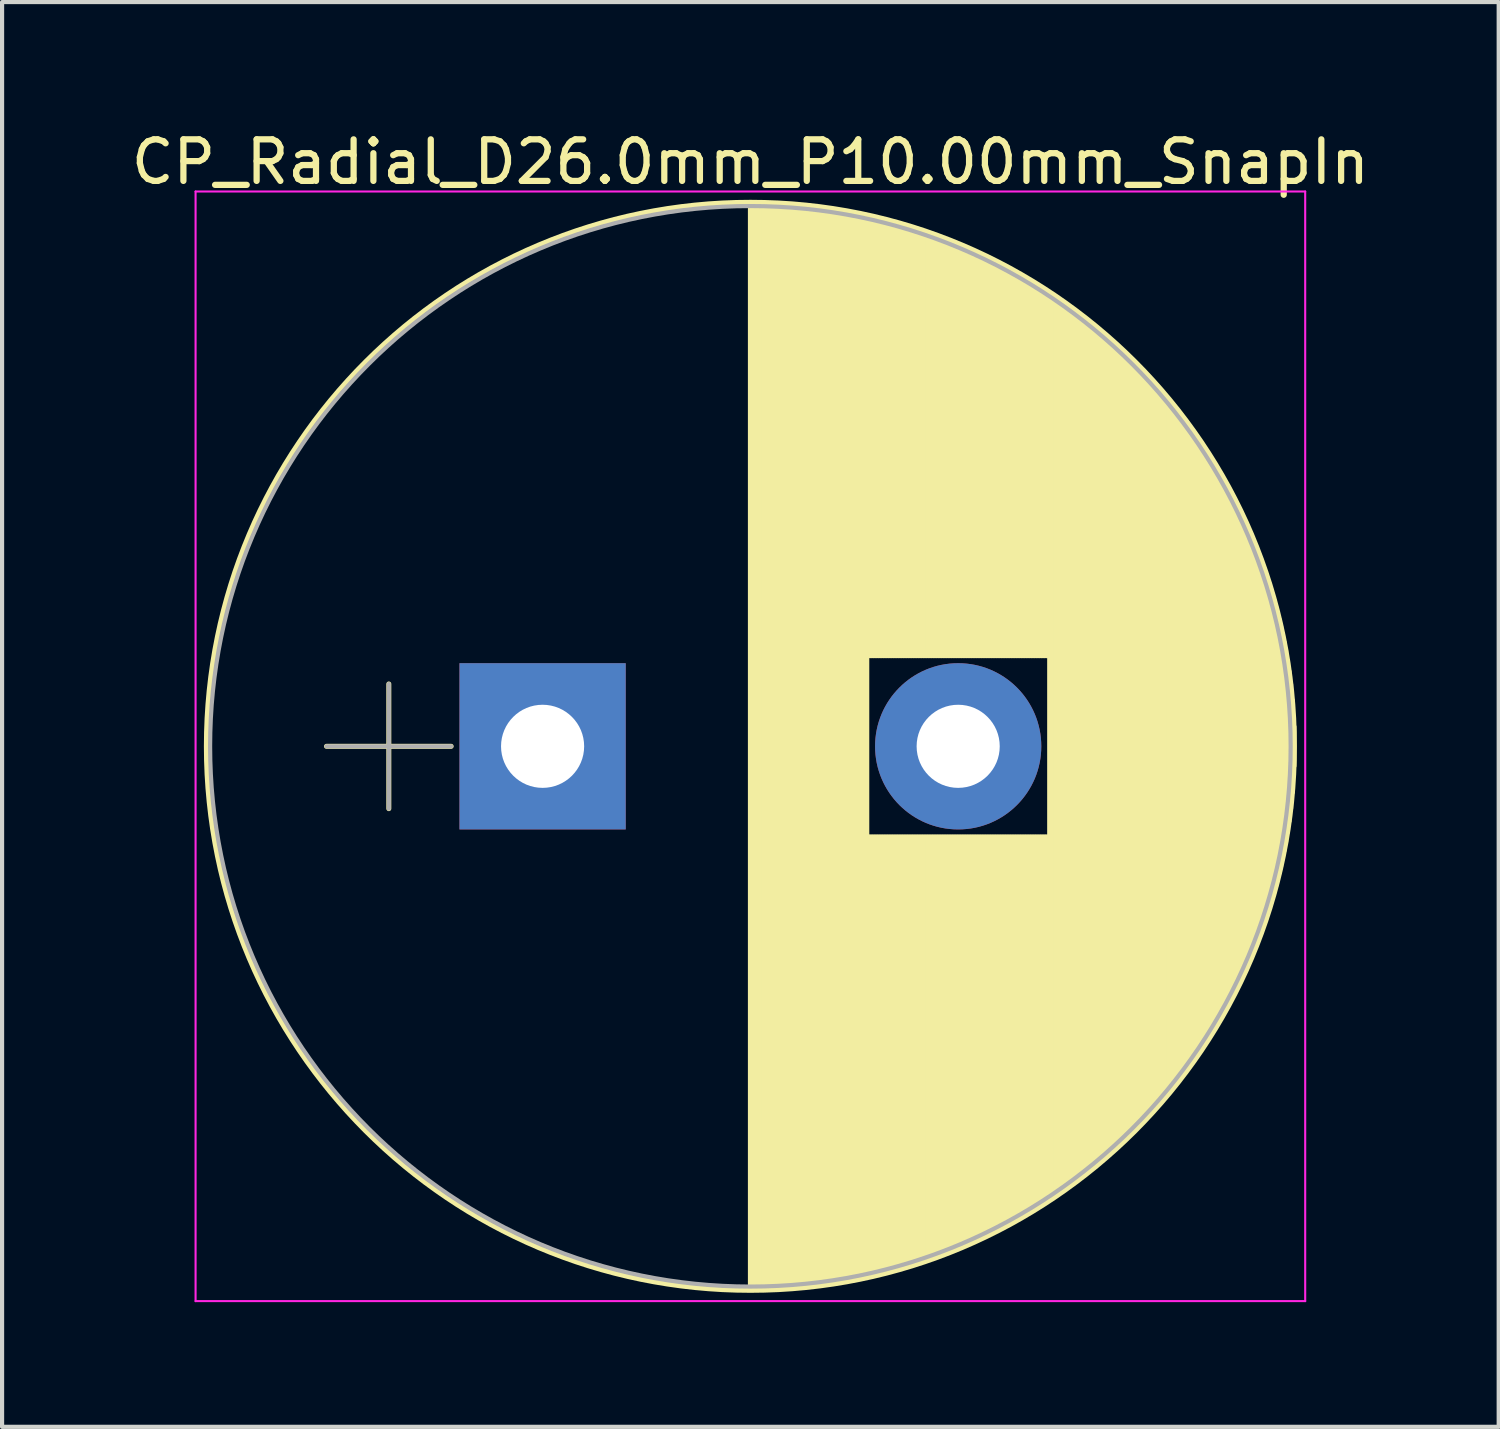
<source format=kicad_pcb>
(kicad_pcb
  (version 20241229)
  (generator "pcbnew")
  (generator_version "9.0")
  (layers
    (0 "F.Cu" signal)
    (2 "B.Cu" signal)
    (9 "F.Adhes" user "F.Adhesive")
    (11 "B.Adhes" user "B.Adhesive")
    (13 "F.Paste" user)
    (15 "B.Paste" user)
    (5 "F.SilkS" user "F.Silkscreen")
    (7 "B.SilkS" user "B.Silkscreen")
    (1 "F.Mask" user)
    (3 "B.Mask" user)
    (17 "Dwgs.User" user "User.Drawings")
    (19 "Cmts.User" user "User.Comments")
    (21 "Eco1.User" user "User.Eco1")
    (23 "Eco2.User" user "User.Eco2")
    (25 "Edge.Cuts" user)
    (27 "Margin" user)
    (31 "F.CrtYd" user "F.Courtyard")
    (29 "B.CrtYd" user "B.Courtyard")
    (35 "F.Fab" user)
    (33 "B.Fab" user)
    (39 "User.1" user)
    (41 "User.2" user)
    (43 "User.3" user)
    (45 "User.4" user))
  (footprint "CP_Radial_D26.0mm_P10.00mm_SnapIn"
    (layer "F.Cu")
    (at 10.006 14.908)
    (property "Reference" "CP_Radial_D26.0mm_P10.00mm_SnapIn" (at 5 -14.06 0) (layer "F.SilkS") (effects (font (size 1 1) (thickness 0.15))))
    (attr through_hole)
    (fp_line (start -5.2 0) (end -2.2 0) (stroke (width 0.12) (type solid)) (layer "F.SilkS"))
    (fp_line (start -3.7 -1.5) (end -3.7 1.5) (stroke (width 0.12) (type solid)) (layer "F.SilkS"))
    (fp_line (start 5 -13.05) (end 5 13.05) (stroke (width 0.12) (type solid)) (layer "F.SilkS"))
    (fp_line (start 5.04 -13.05) (end 5.04 13.05) (stroke (width 0.12) (type solid)) (layer "F.SilkS"))
    (fp_line (start 5.08 -13.05) (end 5.08 13.05) (stroke (width 0.12) (type solid)) (layer "F.SilkS"))
    (fp_line (start 5.12 -13.05) (end 5.12 13.05) (stroke (width 0.12) (type solid)) (layer "F.SilkS"))
    (fp_line (start 5.16 -13.05) (end 5.16 13.05) (stroke (width 0.12) (type solid)) (layer "F.SilkS"))
    (fp_line (start 5.2 -13.049) (end 5.2 13.049) (stroke (width 0.12) (type solid)) (layer "F.SilkS"))
    (fp_line (start 5.24 -13.048) (end 5.24 13.048) (stroke (width 0.12) (type solid)) (layer "F.SilkS"))
    (fp_line (start 5.28 -13.048) (end 5.28 13.048) (stroke (width 0.12) (type solid)) (layer "F.SilkS"))
    (fp_line (start 5.32 -13.047) (end 5.32 13.047) (stroke (width 0.12) (type solid)) (layer "F.SilkS"))
    (fp_line (start 5.36 -13.046) (end 5.36 13.046) (stroke (width 0.12) (type solid)) (layer "F.SilkS"))
    (fp_line (start 5.4 -13.044) (end 5.4 13.044) (stroke (width 0.12) (type solid)) (layer "F.SilkS"))
    (fp_line (start 5.44 -13.043) (end 5.44 13.043) (stroke (width 0.12) (type solid)) (layer "F.SilkS"))
    (fp_line (start 5.48 -13.042) (end 5.48 13.042) (stroke (width 0.12) (type solid)) (layer "F.SilkS"))
    (fp_line (start 5.52 -13.04) (end 5.52 13.04) (stroke (width 0.12) (type solid)) (layer "F.SilkS"))
    (fp_line (start 5.56 -13.039) (end 5.56 13.039) (stroke (width 0.12) (type solid)) (layer "F.SilkS"))
    (fp_line (start 5.6 -13.037) (end 5.6 13.037) (stroke (width 0.12) (type solid)) (layer "F.SilkS"))
    (fp_line (start 5.64 -13.035) (end 5.64 13.035) (stroke (width 0.12) (type solid)) (layer "F.SilkS"))
    (fp_line (start 5.68 -13.033) (end 5.68 13.033) (stroke (width 0.12) (type solid)) (layer "F.SilkS"))
    (fp_line (start 5.721 -13.031) (end 5.721 13.031) (stroke (width 0.12) (type solid)) (layer "F.SilkS"))
    (fp_line (start 5.761 -13.028) (end 5.761 13.028) (stroke (width 0.12) (type solid)) (layer "F.SilkS"))
    (fp_line (start 5.801 -13.026) (end 5.801 13.026) (stroke (width 0.12) (type solid)) (layer "F.SilkS"))
    (fp_line (start 5.841 -13.024) (end 5.841 13.024) (stroke (width 0.12) (type solid)) (layer "F.SilkS"))
    (fp_line (start 5.881 -13.021) (end 5.881 13.021) (stroke (width 0.12) (type solid)) (layer "F.SilkS"))
    (fp_line (start 5.921 -13.018) (end 5.921 13.018) (stroke (width 0.12) (type solid)) (layer "F.SilkS"))
    (fp_line (start 5.961 -13.015) (end 5.961 13.015) (stroke (width 0.12) (type solid)) (layer "F.SilkS"))
    (fp_line (start 6.001 -13.012) (end 6.001 13.012) (stroke (width 0.12) (type solid)) (layer "F.SilkS"))
    (fp_line (start 6.041 -13.009) (end 6.041 13.009) (stroke (width 0.12) (type solid)) (layer "F.SilkS"))
    (fp_line (start 6.081 -13.006) (end 6.081 13.006) (stroke (width 0.12) (type solid)) (layer "F.SilkS"))
    (fp_line (start 6.121 -13.002) (end 6.121 13.002) (stroke (width 0.12) (type solid)) (layer "F.SilkS"))
    (fp_line (start 6.161 -12.999) (end 6.161 12.999) (stroke (width 0.12) (type solid)) (layer "F.SilkS"))
    (fp_line (start 6.201 -12.995) (end 6.201 12.995) (stroke (width 0.12) (type solid)) (layer "F.SilkS"))
    (fp_line (start 6.241 -12.992) (end 6.241 12.992) (stroke (width 0.12) (type solid)) (layer "F.SilkS"))
    (fp_line (start 6.281 -12.988) (end 6.281 12.988) (stroke (width 0.12) (type solid)) (layer "F.SilkS"))
    (fp_line (start 6.321 -12.984) (end 6.321 12.984) (stroke (width 0.12) (type solid)) (layer "F.SilkS"))
    (fp_line (start 6.361 -12.98) (end 6.361 12.98) (stroke (width 0.12) (type solid)) (layer "F.SilkS"))
    (fp_line (start 6.401 -12.975) (end 6.401 12.975) (stroke (width 0.12) (type solid)) (layer "F.SilkS"))
    (fp_line (start 6.441 -12.971) (end 6.441 12.971) (stroke (width 0.12) (type solid)) (layer "F.SilkS"))
    (fp_line (start 6.481 -12.967) (end 6.481 12.967) (stroke (width 0.12) (type solid)) (layer "F.SilkS"))
    (fp_line (start 6.521 -12.962) (end 6.521 12.962) (stroke (width 0.12) (type solid)) (layer "F.SilkS"))
    (fp_line (start 6.561 -12.957) (end 6.561 12.957) (stroke (width 0.12) (type solid)) (layer "F.SilkS"))
    (fp_line (start 6.601 -12.952) (end 6.601 12.952) (stroke (width 0.12) (type solid)) (layer "F.SilkS"))
    (fp_line (start 6.641 -12.947) (end 6.641 12.947) (stroke (width 0.12) (type solid)) (layer "F.SilkS"))
    (fp_line (start 6.681 -12.942) (end 6.681 12.942) (stroke (width 0.12) (type solid)) (layer "F.SilkS"))
    (fp_line (start 6.721 -12.937) (end 6.721 12.937) (stroke (width 0.12) (type solid)) (layer "F.SilkS"))
    (fp_line (start 6.761 -12.932) (end 6.761 12.932) (stroke (width 0.12) (type solid)) (layer "F.SilkS"))
    (fp_line (start 6.801 -12.926) (end 6.801 12.926) (stroke (width 0.12) (type solid)) (layer "F.SilkS"))
    (fp_line (start 6.841 -12.921) (end 6.841 12.921) (stroke (width 0.12) (type solid)) (layer "F.SilkS"))
    (fp_line (start 6.881 -12.915) (end 6.881 12.915) (stroke (width 0.12) (type solid)) (layer "F.SilkS"))
    (fp_line (start 6.921 -12.909) (end 6.921 12.909) (stroke (width 0.12) (type solid)) (layer "F.SilkS"))
    (fp_line (start 6.961 -12.903) (end 6.961 12.903) (stroke (width 0.12) (type solid)) (layer "F.SilkS"))
    (fp_line (start 7.001 -12.897) (end 7.001 12.897) (stroke (width 0.12) (type solid)) (layer "F.SilkS"))
    (fp_line (start 7.041 -12.891) (end 7.041 12.891) (stroke (width 0.12) (type solid)) (layer "F.SilkS"))
    (fp_line (start 7.081 -12.884) (end 7.081 12.884) (stroke (width 0.12) (type solid)) (layer "F.SilkS"))
    (fp_line (start 7.121 -12.878) (end 7.121 12.878) (stroke (width 0.12) (type solid)) (layer "F.SilkS"))
    (fp_line (start 7.161 -12.871) (end 7.161 12.871) (stroke (width 0.12) (type solid)) (layer "F.SilkS"))
    (fp_line (start 7.201 -12.864) (end 7.201 12.864) (stroke (width 0.12) (type solid)) (layer "F.SilkS"))
    (fp_line (start 7.241 -12.857) (end 7.241 12.857) (stroke (width 0.12) (type solid)) (layer "F.SilkS"))
    (fp_line (start 7.281 -12.85) (end 7.281 12.85) (stroke (width 0.12) (type solid)) (layer "F.SilkS"))
    (fp_line (start 7.321 -12.843) (end 7.321 12.843) (stroke (width 0.12) (type solid)) (layer "F.SilkS"))
    (fp_line (start 7.361 -12.836) (end 7.361 12.836) (stroke (width 0.12) (type solid)) (layer "F.SilkS"))
    (fp_line (start 7.401 -12.829) (end 7.401 12.829) (stroke (width 0.12) (type solid)) (layer "F.SilkS"))
    (fp_line (start 7.441 -12.821) (end 7.441 12.821) (stroke (width 0.12) (type solid)) (layer "F.SilkS"))
    (fp_line (start 7.481 -12.813) (end 7.481 12.813) (stroke (width 0.12) (type solid)) (layer "F.SilkS"))
    (fp_line (start 7.521 -12.806) (end 7.521 12.806) (stroke (width 0.12) (type solid)) (layer "F.SilkS"))
    (fp_line (start 7.561 -12.798) (end 7.561 12.798) (stroke (width 0.12) (type solid)) (layer "F.SilkS"))
    (fp_line (start 7.601 -12.79) (end 7.601 12.79) (stroke (width 0.12) (type solid)) (layer "F.SilkS"))
    (fp_line (start 7.641 -12.782) (end 7.641 12.782) (stroke (width 0.12) (type solid)) (layer "F.SilkS"))
    (fp_line (start 7.681 -12.773) (end 7.681 12.773) (stroke (width 0.12) (type solid)) (layer "F.SilkS"))
    (fp_line (start 7.721 -12.765) (end 7.721 12.765) (stroke (width 0.12) (type solid)) (layer "F.SilkS"))
    (fp_line (start 7.761 -12.756) (end 7.761 12.756) (stroke (width 0.12) (type solid)) (layer "F.SilkS"))
    (fp_line (start 7.801 -12.748) (end 7.801 12.748) (stroke (width 0.12) (type solid)) (layer "F.SilkS"))
    (fp_line (start 7.841 -12.739) (end 7.841 -2.18) (stroke (width 0.12) (type solid)) (layer "F.SilkS"))
    (fp_line (start 7.841 2.18) (end 7.841 12.739) (stroke (width 0.12) (type solid)) (layer "F.SilkS"))
    (fp_line (start 7.881 -12.73) (end 7.881 -2.18) (stroke (width 0.12) (type solid)) (layer "F.SilkS"))
    (fp_line (start 7.881 2.18) (end 7.881 12.73) (stroke (width 0.12) (type solid)) (layer "F.SilkS"))
    (fp_line (start 7.921 -12.721) (end 7.921 -2.18) (stroke (width 0.12) (type solid)) (layer "F.SilkS"))
    (fp_line (start 7.921 2.18) (end 7.921 12.721) (stroke (width 0.12) (type solid)) (layer "F.SilkS"))
    (fp_line (start 7.961 -12.711) (end 7.961 -2.18) (stroke (width 0.12) (type solid)) (layer "F.SilkS"))
    (fp_line (start 7.961 2.18) (end 7.961 12.711) (stroke (width 0.12) (type solid)) (layer "F.SilkS"))
    (fp_line (start 8.001 -12.702) (end 8.001 -2.18) (stroke (width 0.12) (type solid)) (layer "F.SilkS"))
    (fp_line (start 8.001 2.18) (end 8.001 12.702) (stroke (width 0.12) (type solid)) (layer "F.SilkS"))
    (fp_line (start 8.041 -12.693) (end 8.041 -2.18) (stroke (width 0.12) (type solid)) (layer "F.SilkS"))
    (fp_line (start 8.041 2.18) (end 8.041 12.693) (stroke (width 0.12) (type solid)) (layer "F.SilkS"))
    (fp_line (start 8.081 -12.683) (end 8.081 -2.18) (stroke (width 0.12) (type solid)) (layer "F.SilkS"))
    (fp_line (start 8.081 2.18) (end 8.081 12.683) (stroke (width 0.12) (type solid)) (layer "F.SilkS"))
    (fp_line (start 8.121 -12.673) (end 8.121 -2.18) (stroke (width 0.12) (type solid)) (layer "F.SilkS"))
    (fp_line (start 8.121 2.18) (end 8.121 12.673) (stroke (width 0.12) (type solid)) (layer "F.SilkS"))
    (fp_line (start 8.161 -12.663) (end 8.161 -2.18) (stroke (width 0.12) (type solid)) (layer "F.SilkS"))
    (fp_line (start 8.161 2.18) (end 8.161 12.663) (stroke (width 0.12) (type solid)) (layer "F.SilkS"))
    (fp_line (start 8.201 -12.653) (end 8.201 -2.18) (stroke (width 0.12) (type solid)) (layer "F.SilkS"))
    (fp_line (start 8.201 2.18) (end 8.201 12.653) (stroke (width 0.12) (type solid)) (layer "F.SilkS"))
    (fp_line (start 8.241 -12.643) (end 8.241 -2.18) (stroke (width 0.12) (type solid)) (layer "F.SilkS"))
    (fp_line (start 8.241 2.18) (end 8.241 12.643) (stroke (width 0.12) (type solid)) (layer "F.SilkS"))
    (fp_line (start 8.281 -12.633) (end 8.281 -2.18) (stroke (width 0.12) (type solid)) (layer "F.SilkS"))
    (fp_line (start 8.281 2.18) (end 8.281 12.633) (stroke (width 0.12) (type solid)) (layer "F.SilkS"))
    (fp_line (start 8.321 -12.622) (end 8.321 -2.18) (stroke (width 0.12) (type solid)) (layer "F.SilkS"))
    (fp_line (start 8.321 2.18) (end 8.321 12.622) (stroke (width 0.12) (type solid)) (layer "F.SilkS"))
    (fp_line (start 8.361 -12.612) (end 8.361 -2.18) (stroke (width 0.12) (type solid)) (layer "F.SilkS"))
    (fp_line (start 8.361 2.18) (end 8.361 12.612) (stroke (width 0.12) (type solid)) (layer "F.SilkS"))
    (fp_line (start 8.401 -12.601) (end 8.401 -2.18) (stroke (width 0.12) (type solid)) (layer "F.SilkS"))
    (fp_line (start 8.401 2.18) (end 8.401 12.601) (stroke (width 0.12) (type solid)) (layer "F.SilkS"))
    (fp_line (start 8.441 -12.59) (end 8.441 -2.18) (stroke (width 0.12) (type solid)) (layer "F.SilkS"))
    (fp_line (start 8.441 2.18) (end 8.441 12.59) (stroke (width 0.12) (type solid)) (layer "F.SilkS"))
    (fp_line (start 8.481 -12.579) (end 8.481 -2.18) (stroke (width 0.12) (type solid)) (layer "F.SilkS"))
    (fp_line (start 8.481 2.18) (end 8.481 12.579) (stroke (width 0.12) (type solid)) (layer "F.SilkS"))
    (fp_line (start 8.521 -12.568) (end 8.521 -2.18) (stroke (width 0.12) (type solid)) (layer "F.SilkS"))
    (fp_line (start 8.521 2.18) (end 8.521 12.568) (stroke (width 0.12) (type solid)) (layer "F.SilkS"))
    (fp_line (start 8.561 -12.557) (end 8.561 -2.18) (stroke (width 0.12) (type solid)) (layer "F.SilkS"))
    (fp_line (start 8.561 2.18) (end 8.561 12.557) (stroke (width 0.12) (type solid)) (layer "F.SilkS"))
    (fp_line (start 8.601 -12.546) (end 8.601 -2.18) (stroke (width 0.12) (type solid)) (layer "F.SilkS"))
    (fp_line (start 8.601 2.18) (end 8.601 12.546) (stroke (width 0.12) (type solid)) (layer "F.SilkS"))
    (fp_line (start 8.641 -12.534) (end 8.641 -2.18) (stroke (width 0.12) (type solid)) (layer "F.SilkS"))
    (fp_line (start 8.641 2.18) (end 8.641 12.534) (stroke (width 0.12) (type solid)) (layer "F.SilkS"))
    (fp_line (start 8.681 -12.523) (end 8.681 -2.18) (stroke (width 0.12) (type solid)) (layer "F.SilkS"))
    (fp_line (start 8.681 2.18) (end 8.681 12.523) (stroke (width 0.12) (type solid)) (layer "F.SilkS"))
    (fp_line (start 8.721 -12.511) (end 8.721 -2.18) (stroke (width 0.12) (type solid)) (layer "F.SilkS"))
    (fp_line (start 8.721 2.18) (end 8.721 12.511) (stroke (width 0.12) (type solid)) (layer "F.SilkS"))
    (fp_line (start 8.761 -12.499) (end 8.761 -2.18) (stroke (width 0.12) (type solid)) (layer "F.SilkS"))
    (fp_line (start 8.761 2.18) (end 8.761 12.499) (stroke (width 0.12) (type solid)) (layer "F.SilkS"))
    (fp_line (start 8.801 -12.487) (end 8.801 -2.18) (stroke (width 0.12) (type solid)) (layer "F.SilkS"))
    (fp_line (start 8.801 2.18) (end 8.801 12.487) (stroke (width 0.12) (type solid)) (layer "F.SilkS"))
    (fp_line (start 8.841 -12.475) (end 8.841 -2.18) (stroke (width 0.12) (type solid)) (layer "F.SilkS"))
    (fp_line (start 8.841 2.18) (end 8.841 12.475) (stroke (width 0.12) (type solid)) (layer "F.SilkS"))
    (fp_line (start 8.881 -12.462) (end 8.881 -2.18) (stroke (width 0.12) (type solid)) (layer "F.SilkS"))
    (fp_line (start 8.881 2.18) (end 8.881 12.462) (stroke (width 0.12) (type solid)) (layer "F.SilkS"))
    (fp_line (start 8.921 -12.45) (end 8.921 -2.18) (stroke (width 0.12) (type solid)) (layer "F.SilkS"))
    (fp_line (start 8.921 2.18) (end 8.921 12.45) (stroke (width 0.12) (type solid)) (layer "F.SilkS"))
    (fp_line (start 8.961 -12.437) (end 8.961 -2.18) (stroke (width 0.12) (type solid)) (layer "F.SilkS"))
    (fp_line (start 8.961 2.18) (end 8.961 12.437) (stroke (width 0.12) (type solid)) (layer "F.SilkS"))
    (fp_line (start 9.001 -12.424) (end 9.001 -2.18) (stroke (width 0.12) (type solid)) (layer "F.SilkS"))
    (fp_line (start 9.001 2.18) (end 9.001 12.424) (stroke (width 0.12) (type solid)) (layer "F.SilkS"))
    (fp_line (start 9.041 -12.411) (end 9.041 -2.18) (stroke (width 0.12) (type solid)) (layer "F.SilkS"))
    (fp_line (start 9.041 2.18) (end 9.041 12.411) (stroke (width 0.12) (type solid)) (layer "F.SilkS"))
    (fp_line (start 9.081 -12.398) (end 9.081 -2.18) (stroke (width 0.12) (type solid)) (layer "F.SilkS"))
    (fp_line (start 9.081 2.18) (end 9.081 12.398) (stroke (width 0.12) (type solid)) (layer "F.SilkS"))
    (fp_line (start 9.121 -12.385) (end 9.121 -2.18) (stroke (width 0.12) (type solid)) (layer "F.SilkS"))
    (fp_line (start 9.121 2.18) (end 9.121 12.385) (stroke (width 0.12) (type solid)) (layer "F.SilkS"))
    (fp_line (start 9.161 -12.372) (end 9.161 -2.18) (stroke (width 0.12) (type solid)) (layer "F.SilkS"))
    (fp_line (start 9.161 2.18) (end 9.161 12.372) (stroke (width 0.12) (type solid)) (layer "F.SilkS"))
    (fp_line (start 9.201 -12.358) (end 9.201 -2.18) (stroke (width 0.12) (type solid)) (layer "F.SilkS"))
    (fp_line (start 9.201 2.18) (end 9.201 12.358) (stroke (width 0.12) (type solid)) (layer "F.SilkS"))
    (fp_line (start 9.241 -12.345) (end 9.241 -2.18) (stroke (width 0.12) (type solid)) (layer "F.SilkS"))
    (fp_line (start 9.241 2.18) (end 9.241 12.345) (stroke (width 0.12) (type solid)) (layer "F.SilkS"))
    (fp_line (start 9.281 -12.331) (end 9.281 -2.18) (stroke (width 0.12) (type solid)) (layer "F.SilkS"))
    (fp_line (start 9.281 2.18) (end 9.281 12.331) (stroke (width 0.12) (type solid)) (layer "F.SilkS"))
    (fp_line (start 9.321 -12.317) (end 9.321 -2.18) (stroke (width 0.12) (type solid)) (layer "F.SilkS"))
    (fp_line (start 9.321 2.18) (end 9.321 12.317) (stroke (width 0.12) (type solid)) (layer "F.SilkS"))
    (fp_line (start 9.361 -12.303) (end 9.361 -2.18) (stroke (width 0.12) (type solid)) (layer "F.SilkS"))
    (fp_line (start 9.361 2.18) (end 9.361 12.303) (stroke (width 0.12) (type solid)) (layer "F.SilkS"))
    (fp_line (start 9.401 -12.289) (end 9.401 -2.18) (stroke (width 0.12) (type solid)) (layer "F.SilkS"))
    (fp_line (start 9.401 2.18) (end 9.401 12.289) (stroke (width 0.12) (type solid)) (layer "F.SilkS"))
    (fp_line (start 9.441 -12.274) (end 9.441 -2.18) (stroke (width 0.12) (type solid)) (layer "F.SilkS"))
    (fp_line (start 9.441 2.18) (end 9.441 12.274) (stroke (width 0.12) (type solid)) (layer "F.SilkS"))
    (fp_line (start 9.481 -12.26) (end 9.481 -2.18) (stroke (width 0.12) (type solid)) (layer "F.SilkS"))
    (fp_line (start 9.481 2.18) (end 9.481 12.26) (stroke (width 0.12) (type solid)) (layer "F.SilkS"))
    (fp_line (start 9.521 -12.245) (end 9.521 -2.18) (stroke (width 0.12) (type solid)) (layer "F.SilkS"))
    (fp_line (start 9.521 2.18) (end 9.521 12.245) (stroke (width 0.12) (type solid)) (layer "F.SilkS"))
    (fp_line (start 9.561 -12.231) (end 9.561 -2.18) (stroke (width 0.12) (type solid)) (layer "F.SilkS"))
    (fp_line (start 9.561 2.18) (end 9.561 12.231) (stroke (width 0.12) (type solid)) (layer "F.SilkS"))
    (fp_line (start 9.601 -12.216) (end 9.601 -2.18) (stroke (width 0.12) (type solid)) (layer "F.SilkS"))
    (fp_line (start 9.601 2.18) (end 9.601 12.216) (stroke (width 0.12) (type solid)) (layer "F.SilkS"))
    (fp_line (start 9.641 -12.201) (end 9.641 -2.18) (stroke (width 0.12) (type solid)) (layer "F.SilkS"))
    (fp_line (start 9.641 2.18) (end 9.641 12.201) (stroke (width 0.12) (type solid)) (layer "F.SilkS"))
    (fp_line (start 9.681 -12.185) (end 9.681 -2.18) (stroke (width 0.12) (type solid)) (layer "F.SilkS"))
    (fp_line (start 9.681 2.18) (end 9.681 12.185) (stroke (width 0.12) (type solid)) (layer "F.SilkS"))
    (fp_line (start 9.721 -12.17) (end 9.721 -2.18) (stroke (width 0.12) (type solid)) (layer "F.SilkS"))
    (fp_line (start 9.721 2.18) (end 9.721 12.17) (stroke (width 0.12) (type solid)) (layer "F.SilkS"))
    (fp_line (start 9.761 -12.154) (end 9.761 -2.18) (stroke (width 0.12) (type solid)) (layer "F.SilkS"))
    (fp_line (start 9.761 2.18) (end 9.761 12.154) (stroke (width 0.12) (type solid)) (layer "F.SilkS"))
    (fp_line (start 9.801 -12.139) (end 9.801 -2.18) (stroke (width 0.12) (type solid)) (layer "F.SilkS"))
    (fp_line (start 9.801 2.18) (end 9.801 12.139) (stroke (width 0.12) (type solid)) (layer "F.SilkS"))
    (fp_line (start 9.841 -12.123) (end 9.841 -2.18) (stroke (width 0.12) (type solid)) (layer "F.SilkS"))
    (fp_line (start 9.841 2.18) (end 9.841 12.123) (stroke (width 0.12) (type solid)) (layer "F.SilkS"))
    (fp_line (start 9.881 -12.107) (end 9.881 -2.18) (stroke (width 0.12) (type solid)) (layer "F.SilkS"))
    (fp_line (start 9.881 2.18) (end 9.881 12.107) (stroke (width 0.12) (type solid)) (layer "F.SilkS"))
    (fp_line (start 9.921 -12.091) (end 9.921 -2.18) (stroke (width 0.12) (type solid)) (layer "F.SilkS"))
    (fp_line (start 9.921 2.18) (end 9.921 12.091) (stroke (width 0.12) (type solid)) (layer "F.SilkS"))
    (fp_line (start 9.961 -12.074) (end 9.961 -2.18) (stroke (width 0.12) (type solid)) (layer "F.SilkS"))
    (fp_line (start 9.961 2.18) (end 9.961 12.074) (stroke (width 0.12) (type solid)) (layer "F.SilkS"))
    (fp_line (start 10.001 -12.058) (end 10.001 -2.18) (stroke (width 0.12) (type solid)) (layer "F.SilkS"))
    (fp_line (start 10.001 2.18) (end 10.001 12.058) (stroke (width 0.12) (type solid)) (layer "F.SilkS"))
    (fp_line (start 10.041 -12.041) (end 10.041 -2.18) (stroke (width 0.12) (type solid)) (layer "F.SilkS"))
    (fp_line (start 10.041 2.18) (end 10.041 12.041) (stroke (width 0.12) (type solid)) (layer "F.SilkS"))
    (fp_line (start 10.081 -12.025) (end 10.081 -2.18) (stroke (width 0.12) (type solid)) (layer "F.SilkS"))
    (fp_line (start 10.081 2.18) (end 10.081 12.025) (stroke (width 0.12) (type solid)) (layer "F.SilkS"))
    (fp_line (start 10.121 -12.008) (end 10.121 -2.18) (stroke (width 0.12) (type solid)) (layer "F.SilkS"))
    (fp_line (start 10.121 2.18) (end 10.121 12.008) (stroke (width 0.12) (type solid)) (layer "F.SilkS"))
    (fp_line (start 10.161 -11.991) (end 10.161 -2.18) (stroke (width 0.12) (type solid)) (layer "F.SilkS"))
    (fp_line (start 10.161 2.18) (end 10.161 11.991) (stroke (width 0.12) (type solid)) (layer "F.SilkS"))
    (fp_line (start 10.201 -11.973) (end 10.201 -2.18) (stroke (width 0.12) (type solid)) (layer "F.SilkS"))
    (fp_line (start 10.201 2.18) (end 10.201 11.973) (stroke (width 0.12) (type solid)) (layer "F.SilkS"))
    (fp_line (start 10.241 -11.956) (end 10.241 -2.18) (stroke (width 0.12) (type solid)) (layer "F.SilkS"))
    (fp_line (start 10.241 2.18) (end 10.241 11.956) (stroke (width 0.12) (type solid)) (layer "F.SilkS"))
    (fp_line (start 10.281 -11.938) (end 10.281 -2.18) (stroke (width 0.12) (type solid)) (layer "F.SilkS"))
    (fp_line (start 10.281 2.18) (end 10.281 11.938) (stroke (width 0.12) (type solid)) (layer "F.SilkS"))
    (fp_line (start 10.321 -11.921) (end 10.321 -2.18) (stroke (width 0.12) (type solid)) (layer "F.SilkS"))
    (fp_line (start 10.321 2.18) (end 10.321 11.921) (stroke (width 0.12) (type solid)) (layer "F.SilkS"))
    (fp_line (start 10.361 -11.903) (end 10.361 -2.18) (stroke (width 0.12) (type solid)) (layer "F.SilkS"))
    (fp_line (start 10.361 2.18) (end 10.361 11.903) (stroke (width 0.12) (type solid)) (layer "F.SilkS"))
    (fp_line (start 10.401 -11.885) (end 10.401 -2.18) (stroke (width 0.12) (type solid)) (layer "F.SilkS"))
    (fp_line (start 10.401 2.18) (end 10.401 11.885) (stroke (width 0.12) (type solid)) (layer "F.SilkS"))
    (fp_line (start 10.441 -11.867) (end 10.441 -2.18) (stroke (width 0.12) (type solid)) (layer "F.SilkS"))
    (fp_line (start 10.441 2.18) (end 10.441 11.867) (stroke (width 0.12) (type solid)) (layer "F.SilkS"))
    (fp_line (start 10.481 -11.848) (end 10.481 -2.18) (stroke (width 0.12) (type solid)) (layer "F.SilkS"))
    (fp_line (start 10.481 2.18) (end 10.481 11.848) (stroke (width 0.12) (type solid)) (layer "F.SilkS"))
    (fp_line (start 10.521 -11.83) (end 10.521 -2.18) (stroke (width 0.12) (type solid)) (layer "F.SilkS"))
    (fp_line (start 10.521 2.18) (end 10.521 11.83) (stroke (width 0.12) (type solid)) (layer "F.SilkS"))
    (fp_line (start 10.561 -11.811) (end 10.561 -2.18) (stroke (width 0.12) (type solid)) (layer "F.SilkS"))
    (fp_line (start 10.561 2.18) (end 10.561 11.811) (stroke (width 0.12) (type solid)) (layer "F.SilkS"))
    (fp_line (start 10.601 -11.792) (end 10.601 -2.18) (stroke (width 0.12) (type solid)) (layer "F.SilkS"))
    (fp_line (start 10.601 2.18) (end 10.601 11.792) (stroke (width 0.12) (type solid)) (layer "F.SilkS"))
    (fp_line (start 10.641 -11.773) (end 10.641 -2.18) (stroke (width 0.12) (type solid)) (layer "F.SilkS"))
    (fp_line (start 10.641 2.18) (end 10.641 11.773) (stroke (width 0.12) (type solid)) (layer "F.SilkS"))
    (fp_line (start 10.681 -11.754) (end 10.681 -2.18) (stroke (width 0.12) (type solid)) (layer "F.SilkS"))
    (fp_line (start 10.681 2.18) (end 10.681 11.754) (stroke (width 0.12) (type solid)) (layer "F.SilkS"))
    (fp_line (start 10.721 -11.735) (end 10.721 -2.18) (stroke (width 0.12) (type solid)) (layer "F.SilkS"))
    (fp_line (start 10.721 2.18) (end 10.721 11.735) (stroke (width 0.12) (type solid)) (layer "F.SilkS"))
    (fp_line (start 10.761 -11.715) (end 10.761 -2.18) (stroke (width 0.12) (type solid)) (layer "F.SilkS"))
    (fp_line (start 10.761 2.18) (end 10.761 11.715) (stroke (width 0.12) (type solid)) (layer "F.SilkS"))
    (fp_line (start 10.801 -11.695) (end 10.801 -2.18) (stroke (width 0.12) (type solid)) (layer "F.SilkS"))
    (fp_line (start 10.801 2.18) (end 10.801 11.695) (stroke (width 0.12) (type solid)) (layer "F.SilkS"))
    (fp_line (start 10.841 -11.676) (end 10.841 -2.18) (stroke (width 0.12) (type solid)) (layer "F.SilkS"))
    (fp_line (start 10.841 2.18) (end 10.841 11.676) (stroke (width 0.12) (type solid)) (layer "F.SilkS"))
    (fp_line (start 10.881 -11.656) (end 10.881 -2.18) (stroke (width 0.12) (type solid)) (layer "F.SilkS"))
    (fp_line (start 10.881 2.18) (end 10.881 11.656) (stroke (width 0.12) (type solid)) (layer "F.SilkS"))
    (fp_line (start 10.921 -11.635) (end 10.921 -2.18) (stroke (width 0.12) (type solid)) (layer "F.SilkS"))
    (fp_line (start 10.921 2.18) (end 10.921 11.635) (stroke (width 0.12) (type solid)) (layer "F.SilkS"))
    (fp_line (start 10.961 -11.615) (end 10.961 -2.18) (stroke (width 0.12) (type solid)) (layer "F.SilkS"))
    (fp_line (start 10.961 2.18) (end 10.961 11.615) (stroke (width 0.12) (type solid)) (layer "F.SilkS"))
    (fp_line (start 11.001 -11.594) (end 11.001 -2.18) (stroke (width 0.12) (type solid)) (layer "F.SilkS"))
    (fp_line (start 11.001 2.18) (end 11.001 11.594) (stroke (width 0.12) (type solid)) (layer "F.SilkS"))
    (fp_line (start 11.041 -11.574) (end 11.041 -2.18) (stroke (width 0.12) (type solid)) (layer "F.SilkS"))
    (fp_line (start 11.041 2.18) (end 11.041 11.574) (stroke (width 0.12) (type solid)) (layer "F.SilkS"))
    (fp_line (start 11.081 -11.553) (end 11.081 -2.18) (stroke (width 0.12) (type solid)) (layer "F.SilkS"))
    (fp_line (start 11.081 2.18) (end 11.081 11.553) (stroke (width 0.12) (type solid)) (layer "F.SilkS"))
    (fp_line (start 11.121 -11.532) (end 11.121 -2.18) (stroke (width 0.12) (type solid)) (layer "F.SilkS"))
    (fp_line (start 11.121 2.18) (end 11.121 11.532) (stroke (width 0.12) (type solid)) (layer "F.SilkS"))
    (fp_line (start 11.161 -11.51) (end 11.161 -2.18) (stroke (width 0.12) (type solid)) (layer "F.SilkS"))
    (fp_line (start 11.161 2.18) (end 11.161 11.51) (stroke (width 0.12) (type solid)) (layer "F.SilkS"))
    (fp_line (start 11.201 -11.489) (end 11.201 -2.18) (stroke (width 0.12) (type solid)) (layer "F.SilkS"))
    (fp_line (start 11.201 2.18) (end 11.201 11.489) (stroke (width 0.12) (type solid)) (layer "F.SilkS"))
    (fp_line (start 11.241 -11.467) (end 11.241 -2.18) (stroke (width 0.12) (type solid)) (layer "F.SilkS"))
    (fp_line (start 11.241 2.18) (end 11.241 11.467) (stroke (width 0.12) (type solid)) (layer "F.SilkS"))
    (fp_line (start 11.281 -11.446) (end 11.281 -2.18) (stroke (width 0.12) (type solid)) (layer "F.SilkS"))
    (fp_line (start 11.281 2.18) (end 11.281 11.446) (stroke (width 0.12) (type solid)) (layer "F.SilkS"))
    (fp_line (start 11.321 -11.424) (end 11.321 -2.18) (stroke (width 0.12) (type solid)) (layer "F.SilkS"))
    (fp_line (start 11.321 2.18) (end 11.321 11.424) (stroke (width 0.12) (type solid)) (layer "F.SilkS"))
    (fp_line (start 11.361 -11.402) (end 11.361 -2.18) (stroke (width 0.12) (type solid)) (layer "F.SilkS"))
    (fp_line (start 11.361 2.18) (end 11.361 11.402) (stroke (width 0.12) (type solid)) (layer "F.SilkS"))
    (fp_line (start 11.401 -11.379) (end 11.401 -2.18) (stroke (width 0.12) (type solid)) (layer "F.SilkS"))
    (fp_line (start 11.401 2.18) (end 11.401 11.379) (stroke (width 0.12) (type solid)) (layer "F.SilkS"))
    (fp_line (start 11.441 -11.357) (end 11.441 -2.18) (stroke (width 0.12) (type solid)) (layer "F.SilkS"))
    (fp_line (start 11.441 2.18) (end 11.441 11.357) (stroke (width 0.12) (type solid)) (layer "F.SilkS"))
    (fp_line (start 11.481 -11.334) (end 11.481 -2.18) (stroke (width 0.12) (type solid)) (layer "F.SilkS"))
    (fp_line (start 11.481 2.18) (end 11.481 11.334) (stroke (width 0.12) (type solid)) (layer "F.SilkS"))
    (fp_line (start 11.521 -11.311) (end 11.521 -2.18) (stroke (width 0.12) (type solid)) (layer "F.SilkS"))
    (fp_line (start 11.521 2.18) (end 11.521 11.311) (stroke (width 0.12) (type solid)) (layer "F.SilkS"))
    (fp_line (start 11.561 -11.288) (end 11.561 -2.18) (stroke (width 0.12) (type solid)) (layer "F.SilkS"))
    (fp_line (start 11.561 2.18) (end 11.561 11.288) (stroke (width 0.12) (type solid)) (layer "F.SilkS"))
    (fp_line (start 11.601 -11.265) (end 11.601 -2.18) (stroke (width 0.12) (type solid)) (layer "F.SilkS"))
    (fp_line (start 11.601 2.18) (end 11.601 11.265) (stroke (width 0.12) (type solid)) (layer "F.SilkS"))
    (fp_line (start 11.641 -11.241) (end 11.641 -2.18) (stroke (width 0.12) (type solid)) (layer "F.SilkS"))
    (fp_line (start 11.641 2.18) (end 11.641 11.241) (stroke (width 0.12) (type solid)) (layer "F.SilkS"))
    (fp_line (start 11.681 -11.218) (end 11.681 -2.18) (stroke (width 0.12) (type solid)) (layer "F.SilkS"))
    (fp_line (start 11.681 2.18) (end 11.681 11.218) (stroke (width 0.12) (type solid)) (layer "F.SilkS"))
    (fp_line (start 11.721 -11.194) (end 11.721 -2.18) (stroke (width 0.12) (type solid)) (layer "F.SilkS"))
    (fp_line (start 11.721 2.18) (end 11.721 11.194) (stroke (width 0.12) (type solid)) (layer "F.SilkS"))
    (fp_line (start 11.761 -11.17) (end 11.761 -2.18) (stroke (width 0.12) (type solid)) (layer "F.SilkS"))
    (fp_line (start 11.761 2.18) (end 11.761 11.17) (stroke (width 0.12) (type solid)) (layer "F.SilkS"))
    (fp_line (start 11.801 -11.146) (end 11.801 -2.18) (stroke (width 0.12) (type solid)) (layer "F.SilkS"))
    (fp_line (start 11.801 2.18) (end 11.801 11.146) (stroke (width 0.12) (type solid)) (layer "F.SilkS"))
    (fp_line (start 11.841 -11.121) (end 11.841 -2.18) (stroke (width 0.12) (type solid)) (layer "F.SilkS"))
    (fp_line (start 11.841 2.18) (end 11.841 11.121) (stroke (width 0.12) (type solid)) (layer "F.SilkS"))
    (fp_line (start 11.881 -11.097) (end 11.881 -2.18) (stroke (width 0.12) (type solid)) (layer "F.SilkS"))
    (fp_line (start 11.881 2.18) (end 11.881 11.097) (stroke (width 0.12) (type solid)) (layer "F.SilkS"))
    (fp_line (start 11.921 -11.072) (end 11.921 -2.18) (stroke (width 0.12) (type solid)) (layer "F.SilkS"))
    (fp_line (start 11.921 2.18) (end 11.921 11.072) (stroke (width 0.12) (type solid)) (layer "F.SilkS"))
    (fp_line (start 11.961 -11.047) (end 11.961 -2.18) (stroke (width 0.12) (type solid)) (layer "F.SilkS"))
    (fp_line (start 11.961 2.18) (end 11.961 11.047) (stroke (width 0.12) (type solid)) (layer "F.SilkS"))
    (fp_line (start 12.001 -11.022) (end 12.001 -2.18) (stroke (width 0.12) (type solid)) (layer "F.SilkS"))
    (fp_line (start 12.001 2.18) (end 12.001 11.022) (stroke (width 0.12) (type solid)) (layer "F.SilkS"))
    (fp_line (start 12.041 -10.996) (end 12.041 -2.18) (stroke (width 0.12) (type solid)) (layer "F.SilkS"))
    (fp_line (start 12.041 2.18) (end 12.041 10.996) (stroke (width 0.12) (type solid)) (layer "F.SilkS"))
    (fp_line (start 12.081 -10.971) (end 12.081 -2.18) (stroke (width 0.12) (type solid)) (layer "F.SilkS"))
    (fp_line (start 12.081 2.18) (end 12.081 10.971) (stroke (width 0.12) (type solid)) (layer "F.SilkS"))
    (fp_line (start 12.121 -10.945) (end 12.121 -2.18) (stroke (width 0.12) (type solid)) (layer "F.SilkS"))
    (fp_line (start 12.121 2.18) (end 12.121 10.945) (stroke (width 0.12) (type solid)) (layer "F.SilkS"))
    (fp_line (start 12.161 -10.919) (end 12.161 -2.18) (stroke (width 0.12) (type solid)) (layer "F.SilkS"))
    (fp_line (start 12.161 2.18) (end 12.161 10.919) (stroke (width 0.12) (type solid)) (layer "F.SilkS"))
    (fp_line (start 12.201 -10.892) (end 12.201 10.892) (stroke (width 0.12) (type solid)) (layer "F.SilkS"))
    (fp_line (start 12.241 -10.866) (end 12.241 10.866) (stroke (width 0.12) (type solid)) (layer "F.SilkS"))
    (fp_line (start 12.281 -10.839) (end 12.281 10.839) (stroke (width 0.12) (type solid)) (layer "F.SilkS"))
    (fp_line (start 12.321 -10.812) (end 12.321 10.812) (stroke (width 0.12) (type solid)) (layer "F.SilkS"))
    (fp_line (start 12.361 -10.785) (end 12.361 10.785) (stroke (width 0.12) (type solid)) (layer "F.SilkS"))
    (fp_line (start 12.401 -10.758) (end 12.401 10.758) (stroke (width 0.12) (type solid)) (layer "F.SilkS"))
    (fp_line (start 12.441 -10.731) (end 12.441 10.731) (stroke (width 0.12) (type solid)) (layer "F.SilkS"))
    (fp_line (start 12.481 -10.703) (end 12.481 10.703) (stroke (width 0.12) (type solid)) (layer "F.SilkS"))
    (fp_line (start 12.521 -10.675) (end 12.521 10.675) (stroke (width 0.12) (type solid)) (layer "F.SilkS"))
    (fp_line (start 12.561 -10.647) (end 12.561 10.647) (stroke (width 0.12) (type solid)) (layer "F.SilkS"))
    (fp_line (start 12.601 -10.618) (end 12.601 10.618) (stroke (width 0.12) (type solid)) (layer "F.SilkS"))
    (fp_line (start 12.641 -10.59) (end 12.641 10.59) (stroke (width 0.12) (type solid)) (layer "F.SilkS"))
    (fp_line (start 12.681 -10.561) (end 12.681 10.561) (stroke (width 0.12) (type solid)) (layer "F.SilkS"))
    (fp_line (start 12.721 -10.532) (end 12.721 10.532) (stroke (width 0.12) (type solid)) (layer "F.SilkS"))
    (fp_line (start 12.761 -10.502) (end 12.761 10.502) (stroke (width 0.12) (type solid)) (layer "F.SilkS"))
    (fp_line (start 12.801 -10.473) (end 12.801 10.473) (stroke (width 0.12) (type solid)) (layer "F.SilkS"))
    (fp_line (start 12.841 -10.443) (end 12.841 10.443) (stroke (width 0.12) (type solid)) (layer "F.SilkS"))
    (fp_line (start 12.881 -10.413) (end 12.881 10.413) (stroke (width 0.12) (type solid)) (layer "F.SilkS"))
    (fp_line (start 12.921 -10.383) (end 12.921 10.383) (stroke (width 0.12) (type solid)) (layer "F.SilkS"))
    (fp_line (start 12.961 -10.352) (end 12.961 10.352) (stroke (width 0.12) (type solid)) (layer "F.SilkS"))
    (fp_line (start 13.001 -10.321) (end 13.001 10.321) (stroke (width 0.12) (type solid)) (layer "F.SilkS"))
    (fp_line (start 13.041 -10.29) (end 13.041 10.29) (stroke (width 0.12) (type solid)) (layer "F.SilkS"))
    (fp_line (start 13.081 -10.259) (end 13.081 10.259) (stroke (width 0.12) (type solid)) (layer "F.SilkS"))
    (fp_line (start 13.121 -10.228) (end 13.121 10.228) (stroke (width 0.12) (type solid)) (layer "F.SilkS"))
    (fp_line (start 13.161 -10.196) (end 13.161 10.196) (stroke (width 0.12) (type solid)) (layer "F.SilkS"))
    (fp_line (start 13.2 -10.164) (end 13.2 10.164) (stroke (width 0.12) (type solid)) (layer "F.SilkS"))
    (fp_line (start 13.24 -10.132) (end 13.24 10.132) (stroke (width 0.12) (type solid)) (layer "F.SilkS"))
    (fp_line (start 13.28 -10.099) (end 13.28 10.099) (stroke (width 0.12) (type solid)) (layer "F.SilkS"))
    (fp_line (start 13.32 -10.066) (end 13.32 10.066) (stroke (width 0.12) (type solid)) (layer "F.SilkS"))
    (fp_line (start 13.36 -10.033) (end 13.36 10.033) (stroke (width 0.12) (type solid)) (layer "F.SilkS"))
    (fp_line (start 13.4 -10) (end 13.4 10) (stroke (width 0.12) (type solid)) (layer "F.SilkS"))
    (fp_line (start 13.44 -9.966) (end 13.44 9.966) (stroke (width 0.12) (type solid)) (layer "F.SilkS"))
    (fp_line (start 13.48 -9.932) (end 13.48 9.932) (stroke (width 0.12) (type solid)) (layer "F.SilkS"))
    (fp_line (start 13.52 -9.898) (end 13.52 9.898) (stroke (width 0.12) (type solid)) (layer "F.SilkS"))
    (fp_line (start 13.56 -9.864) (end 13.56 9.864) (stroke (width 0.12) (type solid)) (layer "F.SilkS"))
    (fp_line (start 13.6 -9.829) (end 13.6 9.829) (stroke (width 0.12) (type solid)) (layer "F.SilkS"))
    (fp_line (start 13.64 -9.794) (end 13.64 9.794) (stroke (width 0.12) (type solid)) (layer "F.SilkS"))
    (fp_line (start 13.68 -9.759) (end 13.68 9.759) (stroke (width 0.12) (type solid)) (layer "F.SilkS"))
    (fp_line (start 13.72 -9.723) (end 13.72 9.723) (stroke (width 0.12) (type solid)) (layer "F.SilkS"))
    (fp_line (start 13.76 -9.687) (end 13.76 9.687) (stroke (width 0.12) (type solid)) (layer "F.SilkS"))
    (fp_line (start 13.8 -9.651) (end 13.8 9.651) (stroke (width 0.12) (type solid)) (layer "F.SilkS"))
    (fp_line (start 13.84 -9.615) (end 13.84 9.615) (stroke (width 0.12) (type solid)) (layer "F.SilkS"))
    (fp_line (start 13.88 -9.578) (end 13.88 9.578) (stroke (width 0.12) (type solid)) (layer "F.SilkS"))
    (fp_line (start 13.92 -9.541) (end 13.92 9.541) (stroke (width 0.12) (type solid)) (layer "F.SilkS"))
    (fp_line (start 13.96 -9.503) (end 13.96 9.503) (stroke (width 0.12) (type solid)) (layer "F.SilkS"))
    (fp_line (start 14 -9.466) (end 14 9.466) (stroke (width 0.12) (type solid)) (layer "F.SilkS"))
    (fp_line (start 14.04 -9.428) (end 14.04 9.428) (stroke (width 0.12) (type solid)) (layer "F.SilkS"))
    (fp_line (start 14.08 -9.389) (end 14.08 9.389) (stroke (width 0.12) (type solid)) (layer "F.SilkS"))
    (fp_line (start 14.12 -9.351) (end 14.12 9.351) (stroke (width 0.12) (type solid)) (layer "F.SilkS"))
    (fp_line (start 14.16 -9.312) (end 14.16 9.312) (stroke (width 0.12) (type solid)) (layer "F.SilkS"))
    (fp_line (start 14.2 -9.272) (end 14.2 9.272) (stroke (width 0.12) (type solid)) (layer "F.SilkS"))
    (fp_line (start 14.24 -9.233) (end 14.24 9.233) (stroke (width 0.12) (type solid)) (layer "F.SilkS"))
    (fp_line (start 14.28 -9.192) (end 14.28 9.192) (stroke (width 0.12) (type solid)) (layer "F.SilkS"))
    (fp_line (start 14.32 -9.152) (end 14.32 9.152) (stroke (width 0.12) (type solid)) (layer "F.SilkS"))
    (fp_line (start 14.36 -9.111) (end 14.36 9.111) (stroke (width 0.12) (type solid)) (layer "F.SilkS"))
    (fp_line (start 14.4 -9.07) (end 14.4 9.07) (stroke (width 0.12) (type solid)) (layer "F.SilkS"))
    (fp_line (start 14.44 -9.029) (end 14.44 9.029) (stroke (width 0.12) (type solid)) (layer "F.SilkS"))
    (fp_line (start 14.48 -8.987) (end 14.48 8.987) (stroke (width 0.12) (type solid)) (layer "F.SilkS"))
    (fp_line (start 14.52 -8.945) (end 14.52 8.945) (stroke (width 0.12) (type solid)) (layer "F.SilkS"))
    (fp_line (start 14.56 -8.902) (end 14.56 8.902) (stroke (width 0.12) (type solid)) (layer "F.SilkS"))
    (fp_line (start 14.6 -8.859) (end 14.6 8.859) (stroke (width 0.12) (type solid)) (layer "F.SilkS"))
    (fp_line (start 14.64 -8.816) (end 14.64 8.816) (stroke (width 0.12) (type solid)) (layer "F.SilkS"))
    (fp_line (start 14.68 -8.772) (end 14.68 8.772) (stroke (width 0.12) (type solid)) (layer "F.SilkS"))
    (fp_line (start 14.72 -8.728) (end 14.72 8.728) (stroke (width 0.12) (type solid)) (layer "F.SilkS"))
    (fp_line (start 14.76 -8.683) (end 14.76 8.683) (stroke (width 0.12) (type solid)) (layer "F.SilkS"))
    (fp_line (start 14.8 -8.639) (end 14.8 8.639) (stroke (width 0.12) (type solid)) (layer "F.SilkS"))
    (fp_line (start 14.84 -8.593) (end 14.84 8.593) (stroke (width 0.12) (type solid)) (layer "F.SilkS"))
    (fp_line (start 14.88 -8.547) (end 14.88 8.547) (stroke (width 0.12) (type solid)) (layer "F.SilkS"))
    (fp_line (start 14.92 -8.501) (end 14.92 8.501) (stroke (width 0.12) (type solid)) (layer "F.SilkS"))
    (fp_line (start 14.96 -8.454) (end 14.96 8.454) (stroke (width 0.12) (type solid)) (layer "F.SilkS"))
    (fp_line (start 15 -8.407) (end 15 8.407) (stroke (width 0.12) (type solid)) (layer "F.SilkS"))
    (fp_line (start 15.04 -8.36) (end 15.04 8.36) (stroke (width 0.12) (type solid)) (layer "F.SilkS"))
    (fp_line (start 15.08 -8.312) (end 15.08 8.312) (stroke (width 0.12) (type solid)) (layer "F.SilkS"))
    (fp_line (start 15.12 -8.263) (end 15.12 8.263) (stroke (width 0.12) (type solid)) (layer "F.SilkS"))
    (fp_line (start 15.16 -8.214) (end 15.16 8.214) (stroke (width 0.12) (type solid)) (layer "F.SilkS"))
    (fp_line (start 15.2 -8.165) (end 15.2 8.165) (stroke (width 0.12) (type solid)) (layer "F.SilkS"))
    (fp_line (start 15.24 -8.115) (end 15.24 8.115) (stroke (width 0.12) (type solid)) (layer "F.SilkS"))
    (fp_line (start 15.28 -8.064) (end 15.28 8.064) (stroke (width 0.12) (type solid)) (layer "F.SilkS"))
    (fp_line (start 15.32 -8.013) (end 15.32 8.013) (stroke (width 0.12) (type solid)) (layer "F.SilkS"))
    (fp_line (start 15.36 -7.962) (end 15.36 7.962) (stroke (width 0.12) (type solid)) (layer "F.SilkS"))
    (fp_line (start 15.4 -7.91) (end 15.4 7.91) (stroke (width 0.12) (type solid)) (layer "F.SilkS"))
    (fp_line (start 15.44 -7.857) (end 15.44 7.857) (stroke (width 0.12) (type solid)) (layer "F.SilkS"))
    (fp_line (start 15.48 -7.804) (end 15.48 7.804) (stroke (width 0.12) (type solid)) (layer "F.SilkS"))
    (fp_line (start 15.52 -7.75) (end 15.52 7.75) (stroke (width 0.12) (type solid)) (layer "F.SilkS"))
    (fp_line (start 15.56 -7.696) (end 15.56 7.696) (stroke (width 0.12) (type solid)) (layer "F.SilkS"))
    (fp_line (start 15.6 -7.641) (end 15.6 7.641) (stroke (width 0.12) (type solid)) (layer "F.SilkS"))
    (fp_line (start 15.64 -7.585) (end 15.64 7.585) (stroke (width 0.12) (type solid)) (layer "F.SilkS"))
    (fp_line (start 15.68 -7.529) (end 15.68 7.529) (stroke (width 0.12) (type solid)) (layer "F.SilkS"))
    (fp_line (start 15.72 -7.472) (end 15.72 7.472) (stroke (width 0.12) (type solid)) (layer "F.SilkS"))
    (fp_line (start 15.76 -7.415) (end 15.76 7.415) (stroke (width 0.12) (type solid)) (layer "F.SilkS"))
    (fp_line (start 15.8 -7.357) (end 15.8 7.357) (stroke (width 0.12) (type solid)) (layer "F.SilkS"))
    (fp_line (start 15.84 -7.298) (end 15.84 7.298) (stroke (width 0.12) (type solid)) (layer "F.SilkS"))
    (fp_line (start 15.88 -7.239) (end 15.88 7.239) (stroke (width 0.12) (type solid)) (layer "F.SilkS"))
    (fp_line (start 15.92 -7.179) (end 15.92 7.179) (stroke (width 0.12) (type solid)) (layer "F.SilkS"))
    (fp_line (start 15.96 -7.118) (end 15.96 7.118) (stroke (width 0.12) (type solid)) (layer "F.SilkS"))
    (fp_line (start 16 -7.056) (end 16 7.056) (stroke (width 0.12) (type solid)) (layer "F.SilkS"))
    (fp_line (start 16.04 -6.994) (end 16.04 6.994) (stroke (width 0.12) (type solid)) (layer "F.SilkS"))
    (fp_line (start 16.08 -6.931) (end 16.08 6.931) (stroke (width 0.12) (type solid)) (layer "F.SilkS"))
    (fp_line (start 16.12 -6.867) (end 16.12 6.867) (stroke (width 0.12) (type solid)) (layer "F.SilkS"))
    (fp_line (start 16.16 -6.802) (end 16.16 6.802) (stroke (width 0.12) (type solid)) (layer "F.SilkS"))
    (fp_line (start 16.2 -6.736) (end 16.2 6.736) (stroke (width 0.12) (type solid)) (layer "F.SilkS"))
    (fp_line (start 16.24 -6.669) (end 16.24 6.669) (stroke (width 0.12) (type solid)) (layer "F.SilkS"))
    (fp_line (start 16.28 -6.602) (end 16.28 6.602) (stroke (width 0.12) (type solid)) (layer "F.SilkS"))
    (fp_line (start 16.32 -6.534) (end 16.32 6.534) (stroke (width 0.12) (type solid)) (layer "F.SilkS"))
    (fp_line (start 16.36 -6.464) (end 16.36 6.464) (stroke (width 0.12) (type solid)) (layer "F.SilkS"))
    (fp_line (start 16.4 -6.394) (end 16.4 6.394) (stroke (width 0.12) (type solid)) (layer "F.SilkS"))
    (fp_line (start 16.44 -6.322) (end 16.44 6.322) (stroke (width 0.12) (type solid)) (layer "F.SilkS"))
    (fp_line (start 16.48 -6.25) (end 16.48 6.25) (stroke (width 0.12) (type solid)) (layer "F.SilkS"))
    (fp_line (start 16.52 -6.176) (end 16.52 6.176) (stroke (width 0.12) (type solid)) (layer "F.SilkS"))
    (fp_line (start 16.56 -6.102) (end 16.56 6.102) (stroke (width 0.12) (type solid)) (layer "F.SilkS"))
    (fp_line (start 16.6 -6.026) (end 16.6 6.026) (stroke (width 0.12) (type solid)) (layer "F.SilkS"))
    (fp_line (start 16.64 -5.949) (end 16.64 5.949) (stroke (width 0.12) (type solid)) (layer "F.SilkS"))
    (fp_line (start 16.68 -5.87) (end 16.68 5.87) (stroke (width 0.12) (type solid)) (layer "F.SilkS"))
    (fp_line (start 16.72 -5.791) (end 16.72 5.791) (stroke (width 0.12) (type solid)) (layer "F.SilkS"))
    (fp_line (start 16.76 -5.709) (end 16.76 5.709) (stroke (width 0.12) (type solid)) (layer "F.SilkS"))
    (fp_line (start 16.8 -5.627) (end 16.8 5.627) (stroke (width 0.12) (type solid)) (layer "F.SilkS"))
    (fp_line (start 16.84 -5.543) (end 16.84 5.543) (stroke (width 0.12) (type solid)) (layer "F.SilkS"))
    (fp_line (start 16.88 -5.457) (end 16.88 5.457) (stroke (width 0.12) (type solid)) (layer "F.SilkS"))
    (fp_line (start 16.92 -5.37) (end 16.92 5.37) (stroke (width 0.12) (type solid)) (layer "F.SilkS"))
    (fp_line (start 16.96 -5.281) (end 16.96 5.281) (stroke (width 0.12) (type solid)) (layer "F.SilkS"))
    (fp_line (start 17 -5.19) (end 17 5.19) (stroke (width 0.12) (type solid)) (layer "F.SilkS"))
    (fp_line (start 17.04 -5.097) (end 17.04 5.097) (stroke (width 0.12) (type solid)) (layer "F.SilkS"))
    (fp_line (start 17.08 -5.002) (end 17.08 5.002) (stroke (width 0.12) (type solid)) (layer "F.SilkS"))
    (fp_line (start 17.12 -4.906) (end 17.12 4.906) (stroke (width 0.12) (type solid)) (layer "F.SilkS"))
    (fp_line (start 17.16 -4.806) (end 17.16 4.806) (stroke (width 0.12) (type solid)) (layer "F.SilkS"))
    (fp_line (start 17.2 -4.705) (end 17.2 4.705) (stroke (width 0.12) (type solid)) (layer "F.SilkS"))
    (fp_line (start 17.24 -4.601) (end 17.24 4.601) (stroke (width 0.12) (type solid)) (layer "F.SilkS"))
    (fp_line (start 17.28 -4.494) (end 17.28 4.494) (stroke (width 0.12) (type solid)) (layer "F.SilkS"))
    (fp_line (start 17.32 -4.384) (end 17.32 4.384) (stroke (width 0.12) (type solid)) (layer "F.SilkS"))
    (fp_line (start 17.36 -4.271) (end 17.36 4.271) (stroke (width 0.12) (type solid)) (layer "F.SilkS"))
    (fp_line (start 17.4 -4.154) (end 17.4 4.154) (stroke (width 0.12) (type solid)) (layer "F.SilkS"))
    (fp_line (start 17.44 -4.034) (end 17.44 4.034) (stroke (width 0.12) (type solid)) (layer "F.SilkS"))
    (fp_line (start 17.48 -3.91) (end 17.48 3.91) (stroke (width 0.12) (type solid)) (layer "F.SilkS"))
    (fp_line (start 17.52 -3.781) (end 17.52 3.781) (stroke (width 0.12) (type solid)) (layer "F.SilkS"))
    (fp_line (start 17.56 -3.648) (end 17.56 3.648) (stroke (width 0.12) (type solid)) (layer "F.SilkS"))
    (fp_line (start 17.6 -3.508) (end 17.6 3.508) (stroke (width 0.12) (type solid)) (layer "F.SilkS"))
    (fp_line (start 17.64 -3.363) (end 17.64 3.363) (stroke (width 0.12) (type solid)) (layer "F.SilkS"))
    (fp_line (start 17.68 -3.211) (end 17.68 3.211) (stroke (width 0.12) (type solid)) (layer "F.SilkS"))
    (fp_line (start 17.72 -3.051) (end 17.72 3.051) (stroke (width 0.12) (type solid)) (layer "F.SilkS"))
    (fp_line (start 17.76 -2.881) (end 17.76 2.881) (stroke (width 0.12) (type solid)) (layer "F.SilkS"))
    (fp_line (start 17.8 -2.701) (end 17.8 2.701) (stroke (width 0.12) (type solid)) (layer "F.SilkS"))
    (fp_line (start 17.84 -2.507) (end 17.84 2.507) (stroke (width 0.12) (type solid)) (layer "F.SilkS"))
    (fp_line (start 17.88 -2.296) (end 17.88 2.296) (stroke (width 0.12) (type solid)) (layer "F.SilkS"))
    (fp_line (start 17.92 -2.063) (end 17.92 2.063) (stroke (width 0.12) (type solid)) (layer "F.SilkS"))
    (fp_line (start 17.96 -1.801) (end 17.96 1.801) (stroke (width 0.12) (type solid)) (layer "F.SilkS"))
    (fp_line (start 18 -1.493) (end 18 1.493) (stroke (width 0.12) (type solid)) (layer "F.SilkS"))
    (fp_line (start 18.04 -1.104) (end 18.04 1.104) (stroke (width 0.12) (type solid)) (layer "F.SilkS"))
    (fp_line (start 18.08 -0.472) (end 18.08 0.472) (stroke (width 0.12) (type solid)) (layer "F.SilkS"))
    (fp_circle (center 5 0) (end 18.09 0) (stroke (width 0.12) (type solid)) (fill no) (layer "F.SilkS"))
    (fp_line (start -8.35 -13.35) (end -8.35 13.35) (stroke (width 0.05) (type solid)) (layer "F.CrtYd"))
    (fp_line (start -8.35 13.35) (end 18.35 13.35) (stroke (width 0.05) (type solid)) (layer "F.CrtYd"))
    (fp_line (start 18.35 -13.35) (end -8.35 -13.35) (stroke (width 0.05) (type solid)) (layer "F.CrtYd"))
    (fp_line (start 18.35 13.35) (end 18.35 -13.35) (stroke (width 0.05) (type solid)) (layer "F.CrtYd"))
    (fp_line (start -5.2 0) (end -2.2 0) (stroke (width 0.1) (type solid)) (layer "F.Fab"))
    (fp_line (start -3.7 -1.5) (end -3.7 1.5) (stroke (width 0.1) (type solid)) (layer "F.Fab"))
    (fp_circle (center 5 0) (end 18 0) (stroke (width 0.1) (type solid)) (fill no) (layer "F.Fab"))
    (pad "1" thru_hole rect (at 0 0) (size 4 4) (drill 2) (layers "*.Cu" "*.Mask"))
    (pad "2" thru_hole circle (at 10 0) (size 4 4) (drill 2) (layers "*.Cu" "*.Mask")))
  (gr_rect
    (start -3 -3)
    (end 33.012 31.283)
    (stroke (width 0.1) (type default))
    (fill no)
    (layer "Edge.Cuts")))
</source>
